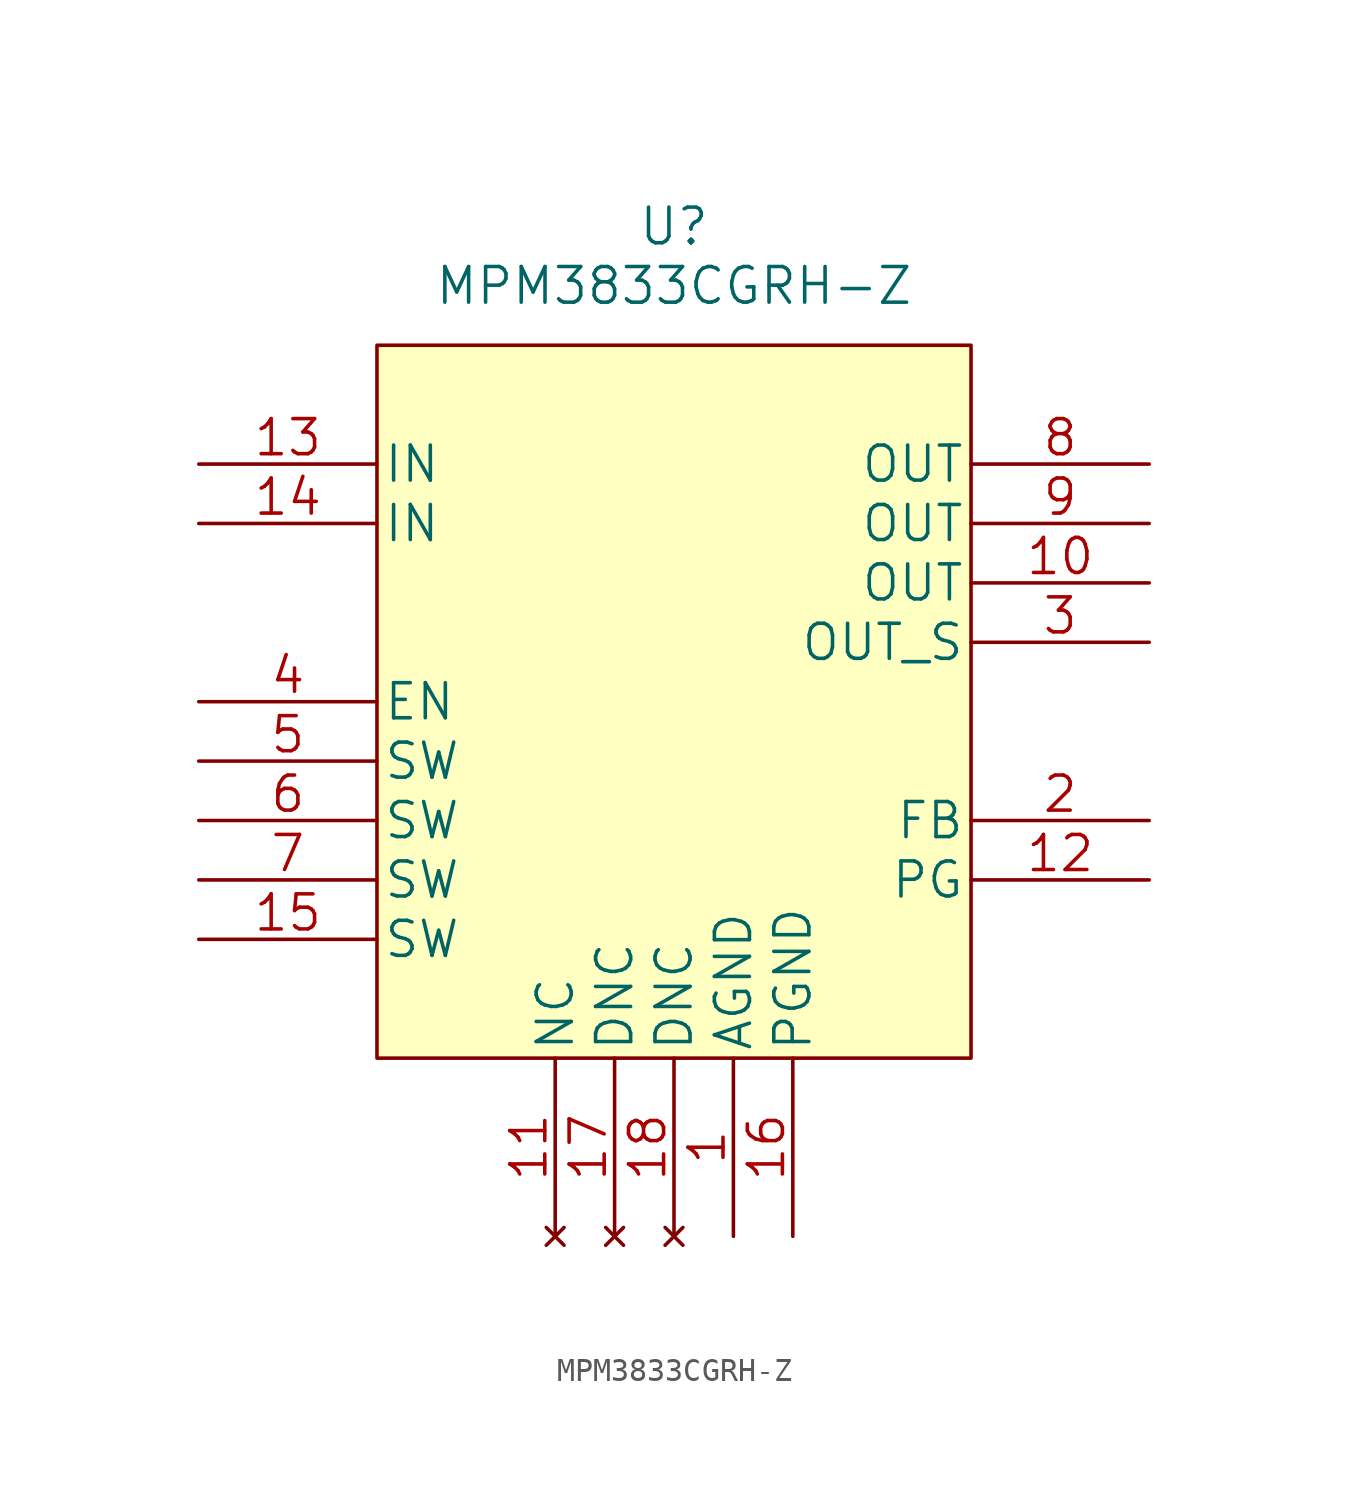
<source format=kicad_sym>
(kicad_symbol_lib
  (version 20211014)
  (generator kicad_symbol_editor)
  (symbol "MPM3833CGRH-Z"
    (pin_names
      (offset 0.254))
    (property "Reference" "U"
      (at 20.32 10.16 0)
      (effects (font (size 1.524 1.524))))
    (property "Value" "MPM3833CGRH-Z"
      (at 20.32 7.62 0)
      (effects (font (size 1.524 1.524))))
    (property "Datasheet" ""
      (at 0 0 0)
      (effects (font (size 1.524 1.524))))
    (property "ki_locked" ""
      (at 0 0 0)
      (effects (font (size 1.27 1.27))))
    (symbol "MPM3833CGRH-Z_1_1"
      (rectangle (start 7.62 5.08) (end 33.02 -25.4) (stroke (width 0) (type default) (color 0 0 0 0)) (fill (type background)))
      (pin power_in line (at 22.86 -33.02 90) (length 7.62) (name "AGND" (effects (font (size 1.499 1.499)))) (number "1" (effects (font (size 1.499 1.499)))))
      (pin output line (at 40.64 -5.08 180) (length 7.62) (name "OUT" (effects (font (size 1.499 1.499)))) (number "10" (effects (font (size 1.499 1.499)))))
      (pin no_connect line (at 15.24 -33.02 90) (length 7.62) (name "NC" (effects (font (size 1.499 1.499)))) (number "11" (effects (font (size 1.499 1.499)))))
      (pin output line (at 40.64 -17.78 180) (length 7.62) (name "PG" (effects (font (size 1.499 1.499)))) (number "12" (effects (font (size 1.499 1.499)))))
      (pin input line (at 0 0 0) (length 7.62) (name "IN" (effects (font (size 1.499 1.499)))) (number "13" (effects (font (size 1.499 1.499)))))
      (pin input line (at 0 -2.54 0) (length 7.62) (name "IN" (effects (font (size 1.499 1.499)))) (number "14" (effects (font (size 1.499 1.499)))))
      (pin output line (at 0 -20.32 0) (length 7.62) (name "SW" (effects (font (size 1.499 1.499)))) (number "15" (effects (font (size 1.499 1.499)))))
      (pin power_in line (at 25.4 -33.02 90) (length 7.62) (name "PGND" (effects (font (size 1.499 1.499)))) (number "16" (effects (font (size 1.499 1.499)))))
      (pin no_connect line (at 17.78 -33.02 90) (length 7.62) (name "DNC" (effects (font (size 1.499 1.499)))) (number "17" (effects (font (size 1.499 1.499)))))
      (pin no_connect line (at 20.32 -33.02 90) (length 7.62) (name "DNC" (effects (font (size 1.499 1.499)))) (number "18" (effects (font (size 1.499 1.499)))))
      (pin unspecified line (at 40.64 -15.24 180) (length 7.62) (name "FB" (effects (font (size 1.499 1.499)))) (number "2" (effects (font (size 1.499 1.499)))))
      (pin output line (at 40.64 -7.62 180) (length 7.62) (name "OUT_S" (effects (font (size 1.499 1.499)))) (number "3" (effects (font (size 1.499 1.499)))))
      (pin bidirectional line (at 0 -10.16 0) (length 7.62) (name "EN" (effects (font (size 1.499 1.499)))) (number "4" (effects (font (size 1.499 1.499)))))
      (pin output line (at 0 -12.7 0) (length 7.62) (name "SW" (effects (font (size 1.499 1.499)))) (number "5" (effects (font (size 1.499 1.499)))))
      (pin output line (at 0 -15.24 0) (length 7.62) (name "SW" (effects (font (size 1.499 1.499)))) (number "6" (effects (font (size 1.499 1.499)))))
      (pin output line (at 0 -17.78 0) (length 7.62) (name "SW" (effects (font (size 1.499 1.499)))) (number "7" (effects (font (size 1.499 1.499)))))
      (pin output line (at 40.64 0 180) (length 7.62) (name "OUT" (effects (font (size 1.499 1.499)))) (number "8" (effects (font (size 1.499 1.499)))))
      (pin output line (at 40.64 -2.54 180) (length 7.62) (name "OUT" (effects (font (size 1.499 1.499)))) (number "9" (effects (font (size 1.499 1.499))))))))
</source>
